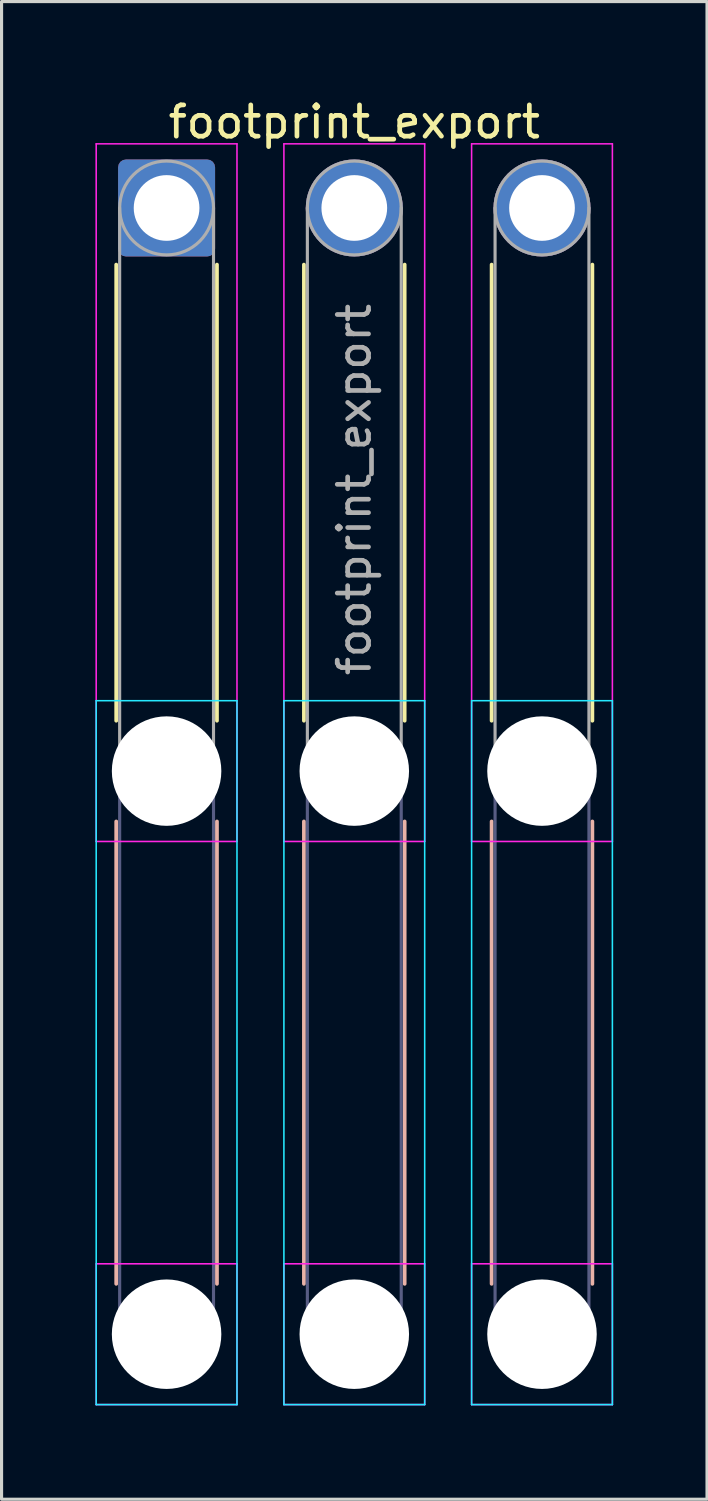
<source format=kicad_pcb>
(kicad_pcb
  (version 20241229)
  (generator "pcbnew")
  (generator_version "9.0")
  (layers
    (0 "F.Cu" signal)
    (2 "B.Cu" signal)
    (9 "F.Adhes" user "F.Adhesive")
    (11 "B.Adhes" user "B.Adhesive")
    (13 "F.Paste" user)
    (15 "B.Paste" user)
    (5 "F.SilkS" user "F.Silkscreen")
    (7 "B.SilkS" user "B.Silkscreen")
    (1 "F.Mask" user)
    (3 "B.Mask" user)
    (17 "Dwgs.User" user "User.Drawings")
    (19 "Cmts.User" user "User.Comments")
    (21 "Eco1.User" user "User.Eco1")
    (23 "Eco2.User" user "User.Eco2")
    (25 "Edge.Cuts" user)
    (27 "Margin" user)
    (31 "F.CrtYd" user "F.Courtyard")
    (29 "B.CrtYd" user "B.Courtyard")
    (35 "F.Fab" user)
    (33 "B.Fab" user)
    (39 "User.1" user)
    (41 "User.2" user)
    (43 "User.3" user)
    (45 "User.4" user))
  (footprint "footprint_export"
    (layer "F.Cu")
    (at 2.275 3.598)
    (property "Reference" "footprint_export" (at 6 -2.75 0) (layer "F.SilkS") (effects (font (size 1 1) (thickness 0.15))))
    (attr exclude_from_pos_files exclude_from_bom)
    (fp_line (start -1.61 1.81) (end -1.61 16.39) (stroke (width 0.12) (type solid)) (layer "F.SilkS"))
    (fp_line (start 1.61 1.81) (end 1.61 16.39) (stroke (width 0.12) (type solid)) (layer "F.SilkS"))
    (fp_line (start 4.39 1.81) (end 4.39 16.39) (stroke (width 0.12) (type solid)) (layer "F.SilkS"))
    (fp_line (start 7.61 1.81) (end 7.61 16.39) (stroke (width 0.12) (type solid)) (layer "F.SilkS"))
    (fp_line (start 10.39 1.81) (end 10.39 16.39) (stroke (width 0.12) (type solid)) (layer "F.SilkS"))
    (fp_line (start 13.61 1.81) (end 13.61 16.39) (stroke (width 0.12) (type solid)) (layer "F.SilkS"))
    (fp_line (start -1.61 19.61) (end -1.61 34.39) (stroke (width 0.12) (type solid)) (layer "B.SilkS"))
    (fp_line (start 1.61 19.61) (end 1.61 34.39) (stroke (width 0.12) (type solid)) (layer "B.SilkS"))
    (fp_line (start 4.39 19.61) (end 4.39 34.39) (stroke (width 0.12) (type solid)) (layer "B.SilkS"))
    (fp_line (start 7.61 19.61) (end 7.61 34.39) (stroke (width 0.12) (type solid)) (layer "B.SilkS"))
    (fp_line (start 10.39 19.61) (end 10.39 34.39) (stroke (width 0.12) (type solid)) (layer "B.SilkS"))
    (fp_line (start 13.61 19.61) (end 13.61 34.39) (stroke (width 0.12) (type solid)) (layer "B.SilkS"))
    (fp_line (start -2.25 15.75) (end -2.25 38.25) (stroke (width 0.05) (type solid)) (layer "B.CrtYd"))
    (fp_line (start -2.25 38.25) (end 2.25 38.25) (stroke (width 0.05) (type solid)) (layer "B.CrtYd"))
    (fp_line (start 2.25 15.75) (end -2.25 15.75) (stroke (width 0.05) (type solid)) (layer "B.CrtYd"))
    (fp_line (start 2.25 38.25) (end 2.25 15.75) (stroke (width 0.05) (type solid)) (layer "B.CrtYd"))
    (fp_line (start 3.75 15.75) (end 3.75 38.25) (stroke (width 0.05) (type solid)) (layer "B.CrtYd"))
    (fp_line (start 3.75 38.25) (end 8.25 38.25) (stroke (width 0.05) (type solid)) (layer "B.CrtYd"))
    (fp_line (start 8.25 15.75) (end 3.75 15.75) (stroke (width 0.05) (type solid)) (layer "B.CrtYd"))
    (fp_line (start 8.25 38.25) (end 8.25 15.75) (stroke (width 0.05) (type solid)) (layer "B.CrtYd"))
    (fp_line (start 9.75 15.75) (end 9.75 38.25) (stroke (width 0.05) (type solid)) (layer "B.CrtYd"))
    (fp_line (start 9.75 38.25) (end 14.25 38.25) (stroke (width 0.05) (type solid)) (layer "B.CrtYd"))
    (fp_line (start 14.25 15.75) (end 9.75 15.75) (stroke (width 0.05) (type solid)) (layer "B.CrtYd"))
    (fp_line (start 14.25 38.25) (end 14.25 15.75) (stroke (width 0.05) (type solid)) (layer "B.CrtYd"))
    (fp_line (start -2.25 -2.05) (end -2.25 20.25) (stroke (width 0.05) (type solid)) (layer "F.CrtYd"))
    (fp_line (start -2.25 20.25) (end 2.25 20.25) (stroke (width 0.05) (type solid)) (layer "F.CrtYd"))
    (fp_line (start -2.25 33.75) (end -2.25 38.25) (stroke (width 0.05) (type solid)) (layer "F.CrtYd"))
    (fp_line (start -2.25 38.25) (end 2.25 38.25) (stroke (width 0.05) (type solid)) (layer "F.CrtYd"))
    (fp_line (start 2.25 -2.05) (end -2.25 -2.05) (stroke (width 0.05) (type solid)) (layer "F.CrtYd"))
    (fp_line (start 2.25 20.25) (end 2.25 -2.05) (stroke (width 0.05) (type solid)) (layer "F.CrtYd"))
    (fp_line (start 2.25 33.75) (end -2.25 33.75) (stroke (width 0.05) (type solid)) (layer "F.CrtYd"))
    (fp_line (start 2.25 38.25) (end 2.25 33.75) (stroke (width 0.05) (type solid)) (layer "F.CrtYd"))
    (fp_line (start 3.75 -2.05) (end 3.75 20.25) (stroke (width 0.05) (type solid)) (layer "F.CrtYd"))
    (fp_line (start 3.75 20.25) (end 8.25 20.25) (stroke (width 0.05) (type solid)) (layer "F.CrtYd"))
    (fp_line (start 3.75 33.75) (end 3.75 38.25) (stroke (width 0.05) (type solid)) (layer "F.CrtYd"))
    (fp_line (start 3.75 38.25) (end 8.25 38.25) (stroke (width 0.05) (type solid)) (layer "F.CrtYd"))
    (fp_line (start 8.25 -2.05) (end 3.75 -2.05) (stroke (width 0.05) (type solid)) (layer "F.CrtYd"))
    (fp_line (start 8.25 20.25) (end 8.25 -2.05) (stroke (width 0.05) (type solid)) (layer "F.CrtYd"))
    (fp_line (start 8.25 33.75) (end 3.75 33.75) (stroke (width 0.05) (type solid)) (layer "F.CrtYd"))
    (fp_line (start 8.25 38.25) (end 8.25 33.75) (stroke (width 0.05) (type solid)) (layer "F.CrtYd"))
    (fp_line (start 9.75 -2.05) (end 9.75 20.25) (stroke (width 0.05) (type solid)) (layer "F.CrtYd"))
    (fp_line (start 9.75 20.25) (end 14.25 20.25) (stroke (width 0.05) (type solid)) (layer "F.CrtYd"))
    (fp_line (start 9.75 33.75) (end 9.75 38.25) (stroke (width 0.05) (type solid)) (layer "F.CrtYd"))
    (fp_line (start 9.75 38.25) (end 14.25 38.25) (stroke (width 0.05) (type solid)) (layer "F.CrtYd"))
    (fp_line (start 14.25 -2.05) (end 9.75 -2.05) (stroke (width 0.05) (type solid)) (layer "F.CrtYd"))
    (fp_line (start 14.25 20.25) (end 14.25 -2.05) (stroke (width 0.05) (type solid)) (layer "F.CrtYd"))
    (fp_line (start 14.25 33.75) (end 9.75 33.75) (stroke (width 0.05) (type solid)) (layer "F.CrtYd"))
    (fp_line (start 14.25 38.25) (end 14.25 33.75) (stroke (width 0.05) (type solid)) (layer "F.CrtYd"))
    (fp_line (start -1.5 18) (end -1.5 36) (stroke (width 0.1) (type solid)) (layer "B.Fab"))
    (fp_line (start 1.5 18) (end 1.5 36) (stroke (width 0.1) (type solid)) (layer "B.Fab"))
    (fp_line (start 4.5 18) (end 4.5 36) (stroke (width 0.1) (type solid)) (layer "B.Fab"))
    (fp_line (start 7.5 18) (end 7.5 36) (stroke (width 0.1) (type solid)) (layer "B.Fab"))
    (fp_line (start 10.5 18) (end 10.5 36) (stroke (width 0.1) (type solid)) (layer "B.Fab"))
    (fp_line (start 13.5 18) (end 13.5 36) (stroke (width 0.1) (type solid)) (layer "B.Fab"))
    (fp_circle (center 0 18) (end 1.5 18) (stroke (width 0.1) (type solid)) (fill no) (layer "B.Fab"))
    (fp_circle (center 0 36) (end 1.5 36) (stroke (width 0.1) (type solid)) (fill no) (layer "B.Fab"))
    (fp_circle (center 6 18) (end 7.5 18) (stroke (width 0.1) (type solid)) (fill no) (layer "B.Fab"))
    (fp_circle (center 6 36) (end 7.5 36) (stroke (width 0.1) (type solid)) (fill no) (layer "B.Fab"))
    (fp_circle (center 12 18) (end 13.5 18) (stroke (width 0.1) (type solid)) (fill no) (layer "B.Fab"))
    (fp_circle (center 12 36) (end 13.5 36) (stroke (width 0.1) (type solid)) (fill no) (layer "B.Fab"))
    (fp_line (start -1.5 0) (end -1.5 18) (stroke (width 0.1) (type solid)) (layer "F.Fab"))
    (fp_line (start 1.5 0) (end 1.5 18) (stroke (width 0.1) (type solid)) (layer "F.Fab"))
    (fp_line (start 4.5 0) (end 4.5 18) (stroke (width 0.1) (type solid)) (layer "F.Fab"))
    (fp_line (start 7.5 0) (end 7.5 18) (stroke (width 0.1) (type solid)) (layer "F.Fab"))
    (fp_line (start 10.5 0) (end 10.5 18) (stroke (width 0.1) (type solid)) (layer "F.Fab"))
    (fp_line (start 13.5 0) (end 13.5 18) (stroke (width 0.1) (type solid)) (layer "F.Fab"))
    (fp_circle (center 0 0) (end 1.5 0) (stroke (width 0.1) (type solid)) (fill no) (layer "F.Fab"))
    (fp_circle (center 0 18) (end 1.5 18) (stroke (width 0.1) (type solid)) (fill no) (layer "F.Fab"))
    (fp_circle (center 0 36) (end 1.5 36) (stroke (width 0.1) (type solid)) (fill no) (layer "F.Fab"))
    (fp_circle (center 6 0) (end 7.5 0) (stroke (width 0.1) (type solid)) (fill no) (layer "F.Fab"))
    (fp_circle (center 6 18) (end 7.5 18) (stroke (width 0.1) (type solid)) (fill no) (layer "F.Fab"))
    (fp_circle (center 6 36) (end 7.5 36) (stroke (width 0.1) (type solid)) (fill no) (layer "F.Fab"))
    (fp_circle (center 12 0) (end 13.5 0) (stroke (width 0.1) (type solid)) (fill no) (layer "F.Fab"))
    (fp_circle (center 12 18) (end 13.5 18) (stroke (width 0.1) (type solid)) (fill no) (layer "F.Fab"))
    (fp_circle (center 12 36) (end 13.5 36) (stroke (width 0.1) (type solid)) (fill no) (layer "F.Fab"))
    (fp_text user "${REFERENCE}" (at 6 9 90) (layer "F.Fab") (effects (font (size 1 1) (thickness 0.15))))
    (pad "" np_thru_hole circle (at 0 18) (size 3.5 3.5) (drill 3.5) (layers "*.Cu" "*.Mask"))
    (pad "" np_thru_hole circle (at 0 36) (size 3.5 3.5) (drill 3.5) (layers "*.Cu" "*.Mask"))
    (pad "" np_thru_hole circle (at 6 18) (size 3.5 3.5) (drill 3.5) (layers "*.Cu" "*.Mask"))
    (pad "" np_thru_hole circle (at 6 36) (size 3.5 3.5) (drill 3.5) (layers "*.Cu" "*.Mask"))
    (pad "" np_thru_hole circle (at 12 18) (size 3.5 3.5) (drill 3.5) (layers "*.Cu" "*.Mask"))
    (pad "" np_thru_hole circle (at 12 36) (size 3.5 3.5) (drill 3.5) (layers "*.Cu" "*.Mask"))
    (pad "1" thru_hole roundrect (at 0 0) (size 3.1 3.1) (drill 2.1) (layers "*.Cu" "*.Mask") (roundrect_rratio 0.081))
    (pad "2" thru_hole circle (at 6 0) (size 3.1 3.1) (drill 2.1) (layers "*.Cu" "*.Mask"))
    (pad "3" thru_hole circle (at 12 0) (size 3.1 3.1) (drill 2.1) (layers "*.Cu" "*.Mask")))
  (gr_rect
    (start -3 -3)
    (end 19.55 44.873)
    (stroke (width 0.1) (type default))
    (fill no)
    (layer "Edge.Cuts")))
</source>
